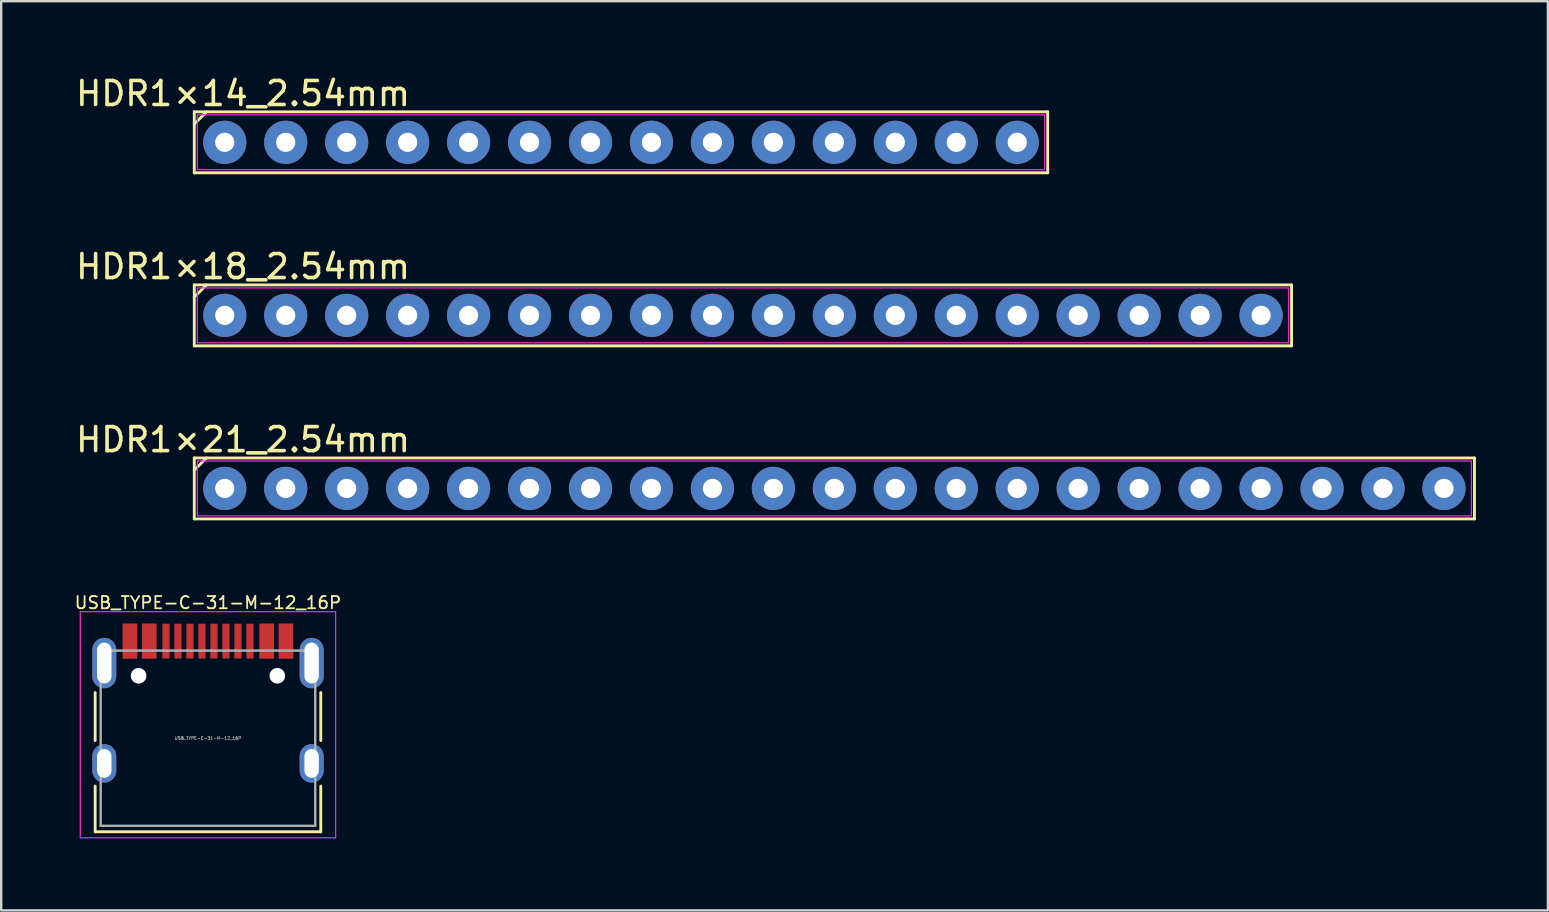
<source format=kicad_pcb>
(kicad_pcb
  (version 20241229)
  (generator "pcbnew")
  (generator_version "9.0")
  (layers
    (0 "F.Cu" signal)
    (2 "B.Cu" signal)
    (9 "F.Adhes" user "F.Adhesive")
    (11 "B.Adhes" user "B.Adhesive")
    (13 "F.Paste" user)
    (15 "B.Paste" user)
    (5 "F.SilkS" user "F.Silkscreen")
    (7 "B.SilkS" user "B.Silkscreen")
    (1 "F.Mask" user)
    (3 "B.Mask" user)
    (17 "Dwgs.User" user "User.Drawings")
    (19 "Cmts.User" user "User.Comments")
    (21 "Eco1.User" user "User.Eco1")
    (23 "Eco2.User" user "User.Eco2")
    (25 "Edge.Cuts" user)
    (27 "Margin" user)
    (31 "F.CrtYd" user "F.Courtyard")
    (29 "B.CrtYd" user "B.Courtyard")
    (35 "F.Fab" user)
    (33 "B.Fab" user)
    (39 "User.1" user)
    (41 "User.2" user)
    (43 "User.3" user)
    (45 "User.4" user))
  (footprint "HDR1×21_2.54mm"
    (layer "F.Cu")
    (at 6.315 17.301)
    (property "Reference" "HDR1×21_2.54mm" (at 0.762 -2.032 0) (layer "F.SilkS") (effects (font (size 1 1) (thickness 0.15))))
    (attr through_hole)
    (fp_line (start -1.27 -1.27) (end -1.27 1.27) (stroke (width 0.12) (type solid)) (layer "F.SilkS"))
    (fp_line (start -1.27 -1.27) (end 52.07 -1.27) (stroke (width 0.12) (type solid)) (layer "F.SilkS"))
    (fp_line (start -1.27 -0.762) (end -0.762 -1.27) (stroke (width 0.12) (type solid)) (layer "F.SilkS"))
    (fp_line (start -1.27 1.27) (end 52.07 1.27) (stroke (width 0.12) (type solid)) (layer "F.SilkS"))
    (fp_line (start 52.07 -1.27) (end 52.07 1.27) (stroke (width 0.12) (type solid)) (layer "F.SilkS"))
    (fp_rect (start -1.143 -1.143) (end 51.943 1.143) (stroke (width 0.05) (type default)) (fill no) (layer "F.CrtYd"))
    (pad "1" thru_hole circle (at 0 0) (size 1.8 1.8) (drill 0.8) (layers "*.Cu" "*.Mask"))
    (pad "2" thru_hole circle (at 2.54 0) (size 1.8 1.8) (drill 0.8) (layers "*.Cu" "*.Mask"))
    (pad "3" thru_hole circle (at 5.08 0) (size 1.8 1.8) (drill 0.8) (layers "*.Cu" "*.Mask"))
    (pad "4" thru_hole circle (at 7.62 0) (size 1.8 1.8) (drill 0.8) (layers "*.Cu" "*.Mask"))
    (pad "5" thru_hole circle (at 10.16 0) (size 1.8 1.8) (drill 0.8) (layers "*.Cu" "*.Mask"))
    (pad "6" thru_hole circle (at 12.7 0) (size 1.8 1.8) (drill 0.8) (layers "*.Cu" "*.Mask"))
    (pad "7" thru_hole circle (at 15.24 0) (size 1.8 1.8) (drill 0.8) (layers "*.Cu" "*.Mask"))
    (pad "8" thru_hole circle (at 17.78 0) (size 1.8 1.8) (drill 0.8) (layers "*.Cu" "*.Mask"))
    (pad "9" thru_hole circle (at 20.32 0) (size 1.8 1.8) (drill 0.8) (layers "*.Cu" "*.Mask"))
    (pad "10" thru_hole circle (at 22.86 0) (size 1.8 1.8) (drill 0.8) (layers "*.Cu" "*.Mask"))
    (pad "11" thru_hole circle (at 25.4 0) (size 1.8 1.8) (drill 0.8) (layers "*.Cu" "*.Mask"))
    (pad "12" thru_hole circle (at 27.94 0) (size 1.8 1.8) (drill 0.8) (layers "*.Cu" "*.Mask"))
    (pad "13" thru_hole circle (at 30.48 0) (size 1.8 1.8) (drill 0.8) (layers "*.Cu" "*.Mask"))
    (pad "14" thru_hole circle (at 33.02 0) (size 1.8 1.8) (drill 0.8) (layers "*.Cu" "*.Mask"))
    (pad "15" thru_hole circle (at 35.56 0) (size 1.8 1.8) (drill 0.8) (layers "*.Cu" "*.Mask"))
    (pad "16" thru_hole circle (at 38.1 0) (size 1.8 1.8) (drill 0.8) (layers "*.Cu" "*.Mask"))
    (pad "17" thru_hole circle (at 40.64 0) (size 1.8 1.8) (drill 0.8) (layers "*.Cu" "*.Mask"))
    (pad "18" thru_hole circle (at 43.18 0) (size 1.8 1.8) (drill 0.8) (layers "*.Cu" "*.Mask"))
    (pad "19" thru_hole circle (at 45.72 0) (size 1.8 1.8) (drill 0.8) (layers "*.Cu" "*.Mask"))
    (pad "20" thru_hole circle (at 48.26 0) (size 1.8 1.8) (drill 0.8) (layers "*.Cu" "*.Mask"))
    (pad "21" thru_hole circle (at 50.8 0) (size 1.8 1.8) (drill 0.8) (layers "*.Cu" "*.Mask")))
  (footprint "HDR1×14_2.54mm"
    (layer "F.Cu")
    (at 6.315 2.88)
    (property "Reference" "HDR1×14_2.54mm" (at 0.762 -2.032 0) (layer "F.SilkS") (effects (font (size 1 1) (thickness 0.15))))
    (attr through_hole)
    (fp_line (start -1.27 -1.27) (end -1.27 1.27) (stroke (width 0.12) (type solid)) (layer "F.SilkS"))
    (fp_line (start -1.27 -1.27) (end 34.29 -1.27) (stroke (width 0.12) (type solid)) (layer "F.SilkS"))
    (fp_line (start -1.27 -0.762) (end -0.762 -1.27) (stroke (width 0.12) (type solid)) (layer "F.SilkS"))
    (fp_line (start -1.27 1.27) (end 34.29 1.27) (stroke (width 0.12) (type solid)) (layer "F.SilkS"))
    (fp_line (start 34.29 -1.27) (end 34.29 1.27) (stroke (width 0.12) (type solid)) (layer "F.SilkS"))
    (fp_rect (start -1.143 -1.143) (end 34.163 1.143) (stroke (width 0.05) (type default)) (fill no) (layer "F.CrtYd"))
    (pad "1" thru_hole circle (at 0 0) (size 1.8 1.8) (drill 0.8) (layers "*.Cu" "*.Mask"))
    (pad "2" thru_hole circle (at 2.54 0) (size 1.8 1.8) (drill 0.8) (layers "*.Cu" "*.Mask"))
    (pad "3" thru_hole circle (at 5.08 0) (size 1.8 1.8) (drill 0.8) (layers "*.Cu" "*.Mask"))
    (pad "4" thru_hole circle (at 7.62 0) (size 1.8 1.8) (drill 0.8) (layers "*.Cu" "*.Mask"))
    (pad "5" thru_hole circle (at 10.16 0) (size 1.8 1.8) (drill 0.8) (layers "*.Cu" "*.Mask"))
    (pad "6" thru_hole circle (at 12.7 0) (size 1.8 1.8) (drill 0.8) (layers "*.Cu" "*.Mask"))
    (pad "7" thru_hole circle (at 15.24 0) (size 1.8 1.8) (drill 0.8) (layers "*.Cu" "*.Mask"))
    (pad "8" thru_hole circle (at 17.78 0) (size 1.8 1.8) (drill 0.8) (layers "*.Cu" "*.Mask"))
    (pad "9" thru_hole circle (at 20.32 0) (size 1.8 1.8) (drill 0.8) (layers "*.Cu" "*.Mask"))
    (pad "10" thru_hole circle (at 22.86 0) (size 1.8 1.8) (drill 0.8) (layers "*.Cu" "*.Mask"))
    (pad "11" thru_hole circle (at 25.4 0) (size 1.8 1.8) (drill 0.8) (layers "*.Cu" "*.Mask"))
    (pad "12" thru_hole circle (at 27.94 0) (size 1.8 1.8) (drill 0.8) (layers "*.Cu" "*.Mask"))
    (pad "13" thru_hole circle (at 30.48 0) (size 1.8 1.8) (drill 0.8) (layers "*.Cu" "*.Mask"))
    (pad "14" thru_hole circle (at 33.02 0) (size 1.8 1.8) (drill 0.8) (layers "*.Cu" "*.Mask")))
  (footprint "USB_TYPE-C-31-M-12_16P"
    (layer "F.Cu")
    (at 5.615 27.707)
    (property "Reference" "USB_TYPE-C-31-M-12_16P" (at 0 -5.645 0) (layer "F.SilkS") (effects (font (size 0.508 0.508) (thickness 0.076))))
    (attr smd)
    (fp_line (start -4.7 -1.9) (end -4.7 0.1) (stroke (width 0.12) (type solid)) (layer "F.SilkS"))
    (fp_line (start -4.7 2) (end -4.7 3.9) (stroke (width 0.12) (type solid)) (layer "F.SilkS"))
    (fp_line (start -4.7 3.9) (end 4.7 3.9) (stroke (width 0.12) (type solid)) (layer "F.SilkS"))
    (fp_line (start 4.7 -1.9) (end 4.7 0.1) (stroke (width 0.12) (type solid)) (layer "F.SilkS"))
    (fp_line (start 4.7 2) (end 4.7 3.9) (stroke (width 0.12) (type solid)) (layer "F.SilkS"))
    (fp_line (start -5.32 -5.27) (end -5.32 4.15) (stroke (width 0.05) (type solid)) (layer "F.CrtYd"))
    (fp_line (start -5.32 -5.27) (end 5.32 -5.27) (stroke (width 0.05) (type solid)) (layer "F.CrtYd"))
    (fp_line (start -5.32 4.15) (end 5.32 4.15) (stroke (width 0.05) (type solid)) (layer "F.CrtYd"))
    (fp_line (start 5.32 -5.27) (end 5.32 4.15) (stroke (width 0.05) (type solid)) (layer "F.CrtYd"))
    (fp_line (start -4.47 -3.65) (end -4.47 3.65) (stroke (width 0.1) (type solid)) (layer "F.Fab"))
    (fp_line (start -4.47 -3.65) (end 4.47 -3.65) (stroke (width 0.1) (type solid)) (layer "F.Fab"))
    (fp_line (start -4.47 3.65) (end 4.47 3.65) (stroke (width 0.1) (type solid)) (layer "F.Fab"))
    (fp_line (start 4.47 -3.65) (end 4.47 3.65) (stroke (width 0.1) (type solid)) (layer "F.Fab"))
    (fp_text user "${REFERENCE}" (at 0 0 0) (layer "F.Fab") (effects (font (size 0.127 0.127) (thickness 0.025))))
    (pad "" np_thru_hole circle (at -2.89 -2.6) (size 0.65 0.65) (drill 0.65) (layers "*.Cu" "*.Mask"))
    (pad "" np_thru_hole circle (at 2.89 -2.6) (size 0.65 0.65) (drill 0.65) (layers "*.Cu" "*.Mask"))
    (pad "A1" smd rect (at -3.25 -4.045) (size 0.6 1.45) (layers "F.Cu" "F.Mask" "F.Paste"))
    (pad "A4" smd rect (at -2.45 -4.045) (size 0.6 1.45) (layers "F.Cu" "F.Mask" "F.Paste"))
    (pad "A5" smd rect (at -1.25 -4.045) (size 0.3 1.45) (layers "F.Cu" "F.Mask" "F.Paste"))
    (pad "A6" smd rect (at -0.25 -4.045) (size 0.3 1.45) (layers "F.Cu" "F.Mask" "F.Paste"))
    (pad "A7" smd rect (at 0.25 -4.045) (size 0.3 1.45) (layers "F.Cu" "F.Mask" "F.Paste"))
    (pad "A8" smd rect (at 1.25 -4.045) (size 0.3 1.45) (layers "F.Cu" "F.Mask" "F.Paste"))
    (pad "A9" smd rect (at 2.45 -4.045) (size 0.6 1.45) (layers "F.Cu" "F.Mask" "F.Paste"))
    (pad "A12" smd rect (at 3.25 -4.045) (size 0.6 1.45) (layers "F.Cu" "F.Mask" "F.Paste"))
    (pad "B1" smd rect (at 3.25 -4.045) (size 0.6 1.45) (layers "F.Cu" "F.Mask" "F.Paste"))
    (pad "B4" smd rect (at 2.45 -4.045) (size 0.6 1.45) (layers "F.Cu" "F.Mask" "F.Paste"))
    (pad "B5" smd rect (at 1.75 -4.045) (size 0.3 1.45) (layers "F.Cu" "F.Mask" "F.Paste"))
    (pad "B6" smd rect (at 0.75 -4.045) (size 0.3 1.45) (layers "F.Cu" "F.Mask" "F.Paste"))
    (pad "B7" smd rect (at -0.75 -4.045) (size 0.3 1.45) (layers "F.Cu" "F.Mask" "F.Paste"))
    (pad "B8" smd rect (at -1.75 -4.045) (size 0.3 1.45) (layers "F.Cu" "F.Mask" "F.Paste"))
    (pad "B9" smd rect (at -2.45 -4.045) (size 0.6 1.45) (layers "F.Cu" "F.Mask" "F.Paste"))
    (pad "B12" smd rect (at -3.25 -4.045) (size 0.6 1.45) (layers "F.Cu" "F.Mask" "F.Paste"))
    (pad "S1" thru_hole oval (at -4.32 -3.13) (size 1 2.1) (drill oval 0.6 1.7) (layers "*.Cu" "*.Mask"))
    (pad "S1" thru_hole oval (at -4.32 1.05) (size 1 1.6) (drill oval 0.6 1.2) (layers "*.Cu" "*.Mask"))
    (pad "S1" thru_hole oval (at 4.32 -3.13) (size 1 2.1) (drill oval 0.6 1.7) (layers "*.Cu" "*.Mask"))
    (pad "S1" thru_hole oval (at 4.32 1.05) (size 1 1.6) (drill oval 0.6 1.2) (layers "*.Cu" "*.Mask")))
  (footprint "HDR1×18_2.54mm"
    (layer "F.Cu")
    (at 6.315 10.091)
    (property "Reference" "HDR1×18_2.54mm" (at 0.762 -2.032 0) (layer "F.SilkS") (effects (font (size 1 1) (thickness 0.15))))
    (attr through_hole)
    (fp_line (start -1.27 -1.27) (end -1.27 1.27) (stroke (width 0.12) (type solid)) (layer "F.SilkS"))
    (fp_line (start -1.27 -1.27) (end 44.45 -1.27) (stroke (width 0.12) (type solid)) (layer "F.SilkS"))
    (fp_line (start -1.27 -0.762) (end -0.762 -1.27) (stroke (width 0.12) (type solid)) (layer "F.SilkS"))
    (fp_line (start -1.27 1.27) (end 44.45 1.27) (stroke (width 0.12) (type solid)) (layer "F.SilkS"))
    (fp_line (start 44.45 -1.27) (end 44.45 1.27) (stroke (width 0.12) (type solid)) (layer "F.SilkS"))
    (fp_rect (start -1.143 -1.143) (end 44.323 1.143) (stroke (width 0.05) (type default)) (fill no) (layer "F.CrtYd"))
    (pad "1" thru_hole circle (at 0 0) (size 1.8 1.8) (drill 0.8) (layers "*.Cu" "*.Mask"))
    (pad "2" thru_hole circle (at 2.54 0) (size 1.8 1.8) (drill 0.8) (layers "*.Cu" "*.Mask"))
    (pad "3" thru_hole circle (at 5.08 0) (size 1.8 1.8) (drill 0.8) (layers "*.Cu" "*.Mask"))
    (pad "4" thru_hole circle (at 7.62 0) (size 1.8 1.8) (drill 0.8) (layers "*.Cu" "*.Mask"))
    (pad "5" thru_hole circle (at 10.16 0) (size 1.8 1.8) (drill 0.8) (layers "*.Cu" "*.Mask"))
    (pad "6" thru_hole circle (at 12.7 0) (size 1.8 1.8) (drill 0.8) (layers "*.Cu" "*.Mask"))
    (pad "7" thru_hole circle (at 15.24 0) (size 1.8 1.8) (drill 0.8) (layers "*.Cu" "*.Mask"))
    (pad "8" thru_hole circle (at 17.78 0) (size 1.8 1.8) (drill 0.8) (layers "*.Cu" "*.Mask"))
    (pad "9" thru_hole circle (at 20.32 0) (size 1.8 1.8) (drill 0.8) (layers "*.Cu" "*.Mask"))
    (pad "10" thru_hole circle (at 22.86 0) (size 1.8 1.8) (drill 0.8) (layers "*.Cu" "*.Mask"))
    (pad "11" thru_hole circle (at 25.4 0) (size 1.8 1.8) (drill 0.8) (layers "*.Cu" "*.Mask"))
    (pad "12" thru_hole circle (at 27.94 0) (size 1.8 1.8) (drill 0.8) (layers "*.Cu" "*.Mask"))
    (pad "13" thru_hole circle (at 30.48 0) (size 1.8 1.8) (drill 0.8) (layers "*.Cu" "*.Mask"))
    (pad "14" thru_hole circle (at 33.02 0) (size 1.8 1.8) (drill 0.8) (layers "*.Cu" "*.Mask"))
    (pad "15" thru_hole circle (at 35.56 0) (size 1.8 1.8) (drill 0.8) (layers "*.Cu" "*.Mask"))
    (pad "16" thru_hole circle (at 38.1 0) (size 1.8 1.8) (drill 0.8) (layers "*.Cu" "*.Mask"))
    (pad "17" thru_hole circle (at 40.64 0) (size 1.8 1.8) (drill 0.8) (layers "*.Cu" "*.Mask"))
    (pad "18" thru_hole circle (at 43.18 0) (size 1.8 1.8) (drill 0.8) (layers "*.Cu" "*.Mask")))
  (gr_rect
    (start -3 -3)
    (end 61.445 34.882)
    (stroke (width 0.1) (type default))
    (fill no)
    (layer "Edge.Cuts")))
</source>
